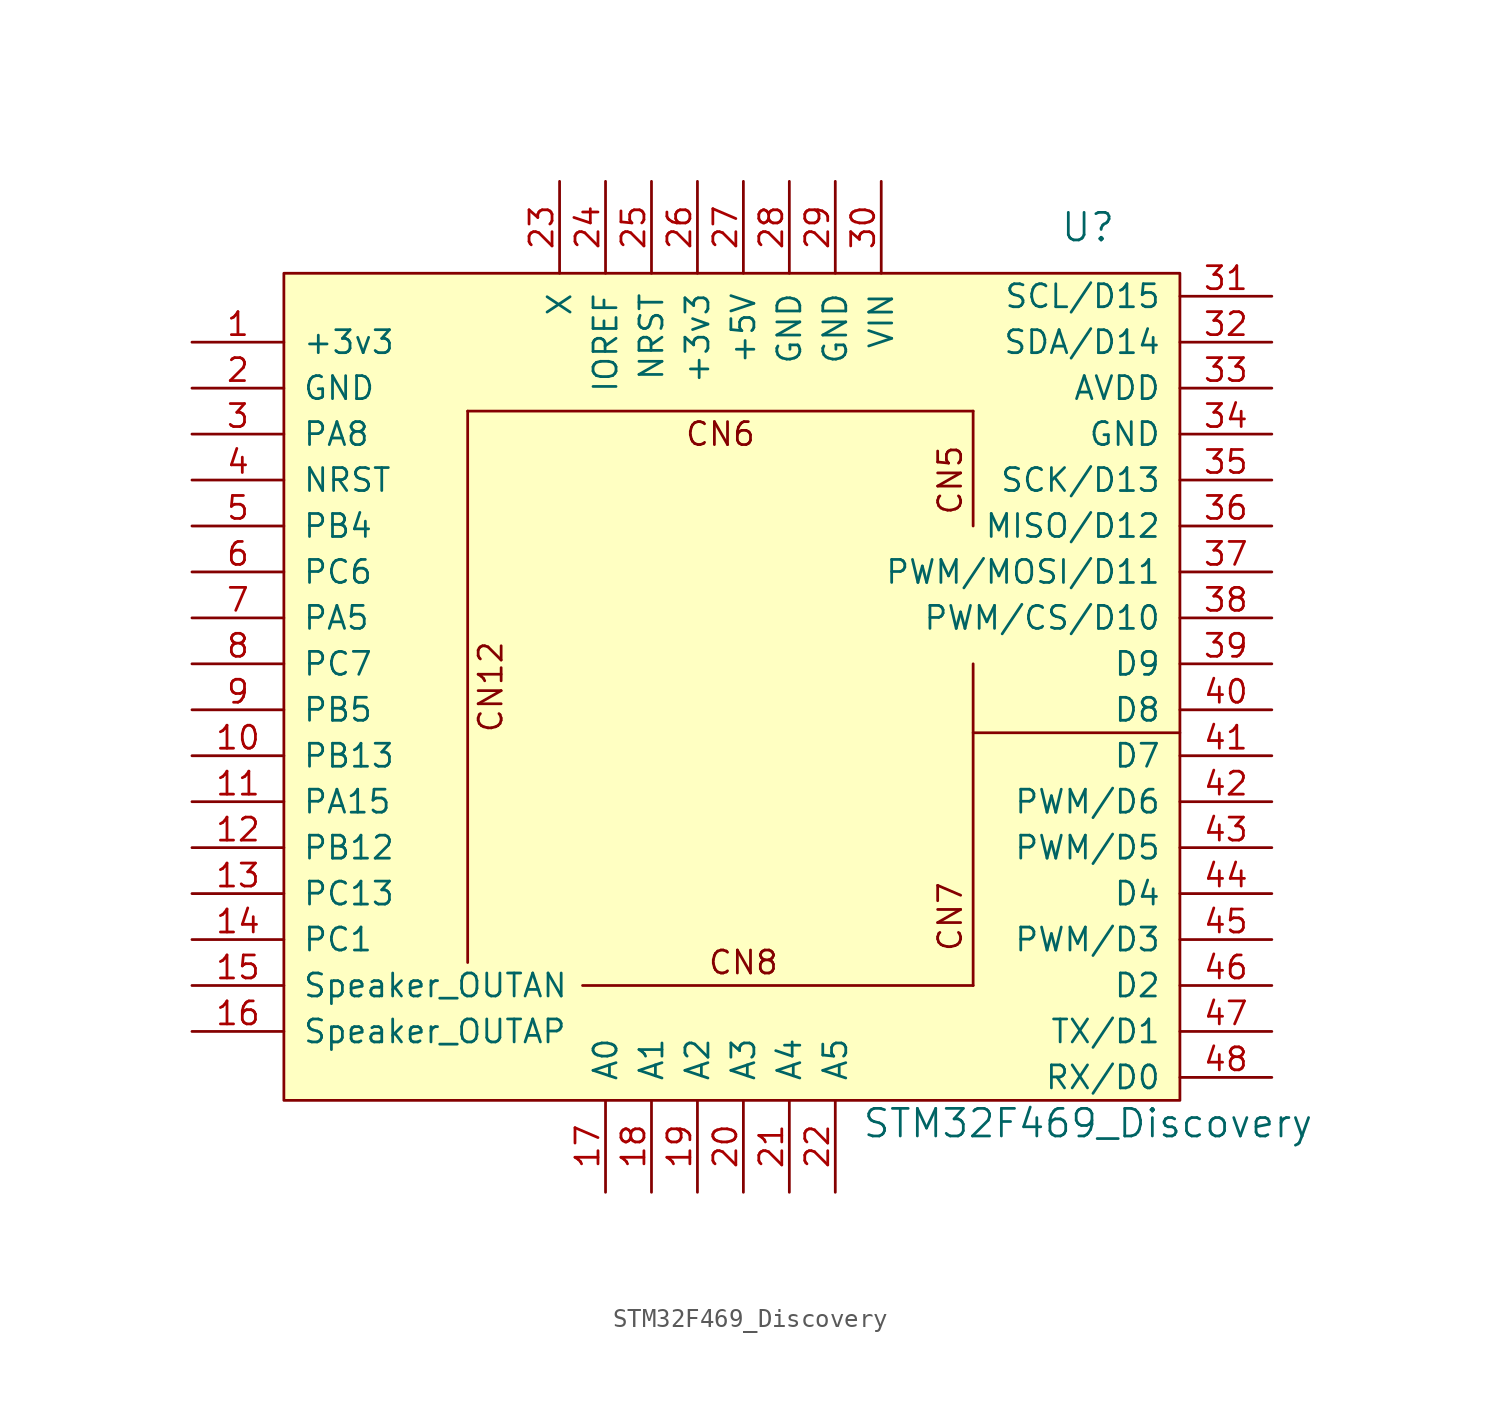
<source format=kicad_sym>
(kicad_symbol_lib
  (version 20211014)
  (generator kicad_symbol_editor)
  (symbol "STM32F469_Discovery"
    (pin_names
      (offset 1.016))
    (property "Reference" "U"
      (at 19.05 15.24 0)
      (effects (font (size 1.524 1.524))))
    (property "Value" "STM32F469_Discovery"
      (at 19.05 -34.29 0)
      (effects (font (size 1.524 1.524))))
    (symbol "STM32F469_Discovery_0_0"
      (polyline (pts (xy -15.24 5.08) (xy 12.7 5.08)) (stroke (width 0) (type default) (color 0 0 0 0)) (fill (type none)))
      (polyline (pts (xy -8.89 -26.67) (xy 12.7 -26.67)) (stroke (width 0) (type default) (color 0 0 0 0)) (fill (type none)))
      (polyline (pts (xy 12.7 -12.7) (xy 12.7 -8.89)) (stroke (width 0) (type default) (color 0 0 0 0)) (fill (type none)))
      (polyline (pts (xy 12.7 -1.27) (xy 12.7 5.08)) (stroke (width 0) (type default) (color 0 0 0 0)) (fill (type none)))
      (polyline (pts (xy 24.13 -12.7) (xy 12.7 -12.7) (xy 12.7 -26.67)) (stroke (width 0) (type default) (color 0 0 0 0)) (fill (type none)))
      (text "CN5" (at 11.43 1.27 900) (effects (font (size 1.27 1.27))))
      (text "CN6" (at -1.27 3.81 0) (effects (font (size 1.27 1.27))))
      (text "CN7" (at 11.43 -22.86 900) (effects (font (size 1.27 1.27))))
      (text "CN8" (at 0 -25.4 0) (effects (font (size 1.27 1.27)))))
    (symbol "STM32F469_Discovery_0_1"
      (rectangle (start -25.4 12.7) (end 24.13 -33.02) (stroke (width 0) (type default) (color 0 0 0 0)) (fill (type background)))
      (polyline (pts (xy -15.24 5.08) (xy -15.24 -25.4)) (stroke (width 0) (type default) (color 0 0 0 0)) (fill (type none))))
    (symbol "STM32F469_Discovery_1_0"
      (text "CN12" (at -13.97 -10.16 900) (effects (font (size 1.27 1.27)))))
    (symbol "STM32F469_Discovery_1_1"
      (pin input line (at -30.48 8.89 0) (length 5.08) (name "+3v3" (effects (font (size 1.27 1.27)))) (number "1" (effects (font (size 1.27 1.27)))))
      (pin input line (at -30.48 -13.97 0) (length 5.08) (name "PB13" (effects (font (size 1.27 1.27)))) (number "10" (effects (font (size 1.27 1.27)))))
      (pin input line (at -30.48 -16.51 0) (length 5.08) (name "PA15" (effects (font (size 1.27 1.27)))) (number "11" (effects (font (size 1.27 1.27)))))
      (pin input line (at -30.48 -19.05 0) (length 5.08) (name "PB12" (effects (font (size 1.27 1.27)))) (number "12" (effects (font (size 1.27 1.27)))))
      (pin input line (at -30.48 -21.59 0) (length 5.08) (name "PC13" (effects (font (size 1.27 1.27)))) (number "13" (effects (font (size 1.27 1.27)))))
      (pin input line (at -30.48 -24.13 0) (length 5.08) (name "PC1" (effects (font (size 1.27 1.27)))) (number "14" (effects (font (size 1.27 1.27)))))
      (pin input line (at -30.48 -26.67 0) (length 5.08) (name "Speaker_OUTAN" (effects (font (size 1.27 1.27)))) (number "15" (effects (font (size 1.27 1.27)))))
      (pin input line (at -30.48 -29.21 0) (length 5.08) (name "Speaker_OUTAP" (effects (font (size 1.27 1.27)))) (number "16" (effects (font (size 1.27 1.27)))))
      (pin input line (at -7.62 -38.1 90) (length 5.08) (name "A0" (effects (font (size 1.27 1.27)))) (number "17" (effects (font (size 1.27 1.27)))))
      (pin input line (at -5.08 -38.1 90) (length 5.08) (name "A1" (effects (font (size 1.27 1.27)))) (number "18" (effects (font (size 1.27 1.27)))))
      (pin input line (at -2.54 -38.1 90) (length 5.08) (name "A2" (effects (font (size 1.27 1.27)))) (number "19" (effects (font (size 1.27 1.27)))))
      (pin input line (at -30.48 6.35 0) (length 5.08) (name "GND" (effects (font (size 1.27 1.27)))) (number "2" (effects (font (size 1.27 1.27)))))
      (pin input line (at 0 -38.1 90) (length 5.08) (name "A3" (effects (font (size 1.27 1.27)))) (number "20" (effects (font (size 1.27 1.27)))))
      (pin input line (at 2.54 -38.1 90) (length 5.08) (name "A4" (effects (font (size 1.27 1.27)))) (number "21" (effects (font (size 1.27 1.27)))))
      (pin input line (at 5.08 -38.1 90) (length 5.08) (name "A5" (effects (font (size 1.27 1.27)))) (number "22" (effects (font (size 1.27 1.27)))))
      (pin input line (at -10.16 17.78 270) (length 5.08) (name "X" (effects (font (size 1.27 1.27)))) (number "23" (effects (font (size 1.27 1.27)))))
      (pin input line (at -7.62 17.78 270) (length 5.08) (name "IOREF" (effects (font (size 1.27 1.27)))) (number "24" (effects (font (size 1.27 1.27)))))
      (pin input line (at -5.08 17.78 270) (length 5.08) (name "NRST" (effects (font (size 1.27 1.27)))) (number "25" (effects (font (size 1.27 1.27)))))
      (pin input line (at -2.54 17.78 270) (length 5.08) (name "+3v3" (effects (font (size 1.27 1.27)))) (number "26" (effects (font (size 1.27 1.27)))))
      (pin input line (at 0 17.78 270) (length 5.08) (name "+5V" (effects (font (size 1.27 1.27)))) (number "27" (effects (font (size 1.27 1.27)))))
      (pin input line (at 2.54 17.78 270) (length 5.08) (name "GND" (effects (font (size 1.27 1.27)))) (number "28" (effects (font (size 1.27 1.27)))))
      (pin input line (at 5.08 17.78 270) (length 5.08) (name "GND" (effects (font (size 1.27 1.27)))) (number "29" (effects (font (size 1.27 1.27)))))
      (pin input line (at -30.48 3.81 0) (length 5.08) (name "PA8" (effects (font (size 1.27 1.27)))) (number "3" (effects (font (size 1.27 1.27)))))
      (pin input line (at 7.62 17.78 270) (length 5.08) (name "VIN" (effects (font (size 1.27 1.27)))) (number "30" (effects (font (size 1.27 1.27)))))
      (pin input line (at 29.21 11.43 180) (length 5.08) (name "SCL/D15" (effects (font (size 1.27 1.27)))) (number "31" (effects (font (size 1.27 1.27)))))
      (pin input line (at 29.21 8.89 180) (length 5.08) (name "SDA/D14" (effects (font (size 1.27 1.27)))) (number "32" (effects (font (size 1.27 1.27)))))
      (pin input line (at 29.21 6.35 180) (length 5.08) (name "AVDD" (effects (font (size 1.27 1.27)))) (number "33" (effects (font (size 1.27 1.27)))))
      (pin input line (at 29.21 3.81 180) (length 5.08) (name "GND" (effects (font (size 1.27 1.27)))) (number "34" (effects (font (size 1.27 1.27)))))
      (pin input line (at 29.21 1.27 180) (length 5.08) (name "SCK/D13" (effects (font (size 1.27 1.27)))) (number "35" (effects (font (size 1.27 1.27)))))
      (pin input line (at 29.21 -1.27 180) (length 5.08) (name "MISO/D12" (effects (font (size 1.27 1.27)))) (number "36" (effects (font (size 1.27 1.27)))))
      (pin input line (at 29.21 -3.81 180) (length 5.08) (name "PWM/MOSI/D11" (effects (font (size 1.27 1.27)))) (number "37" (effects (font (size 1.27 1.27)))))
      (pin input line (at 29.21 -6.35 180) (length 5.08) (name "PWM/CS/D10" (effects (font (size 1.27 1.27)))) (number "38" (effects (font (size 1.27 1.27)))))
      (pin input line (at 29.21 -8.89 180) (length 5.08) (name "D9" (effects (font (size 1.27 1.27)))) (number "39" (effects (font (size 1.27 1.27)))))
      (pin input line (at -30.48 1.27 0) (length 5.08) (name "NRST" (effects (font (size 1.27 1.27)))) (number "4" (effects (font (size 1.27 1.27)))))
      (pin input line (at 29.21 -11.43 180) (length 5.08) (name "D8" (effects (font (size 1.27 1.27)))) (number "40" (effects (font (size 1.27 1.27)))))
      (pin input line (at 29.21 -13.97 180) (length 5.08) (name "D7" (effects (font (size 1.27 1.27)))) (number "41" (effects (font (size 1.27 1.27)))))
      (pin input line (at 29.21 -16.51 180) (length 5.08) (name "PWM/D6" (effects (font (size 1.27 1.27)))) (number "42" (effects (font (size 1.27 1.27)))))
      (pin input line (at 29.21 -19.05 180) (length 5.08) (name "PWM/D5" (effects (font (size 1.27 1.27)))) (number "43" (effects (font (size 1.27 1.27)))))
      (pin input line (at 29.21 -21.59 180) (length 5.08) (name "D4" (effects (font (size 1.27 1.27)))) (number "44" (effects (font (size 1.27 1.27)))))
      (pin input line (at 29.21 -24.13 180) (length 5.08) (name "PWM/D3" (effects (font (size 1.27 1.27)))) (number "45" (effects (font (size 1.27 1.27)))))
      (pin input line (at 29.21 -26.67 180) (length 5.08) (name "D2" (effects (font (size 1.27 1.27)))) (number "46" (effects (font (size 1.27 1.27)))))
      (pin input line (at 29.21 -29.21 180) (length 5.08) (name "TX/D1" (effects (font (size 1.27 1.27)))) (number "47" (effects (font (size 1.27 1.27)))))
      (pin input line (at 29.21 -31.75 180) (length 5.08) (name "RX/D0" (effects (font (size 1.27 1.27)))) (number "48" (effects (font (size 1.27 1.27)))))
      (pin input line (at -30.48 -1.27 0) (length 5.08) (name "PB4" (effects (font (size 1.27 1.27)))) (number "5" (effects (font (size 1.27 1.27)))))
      (pin input line (at -30.48 -3.81 0) (length 5.08) (name "PC6" (effects (font (size 1.27 1.27)))) (number "6" (effects (font (size 1.27 1.27)))))
      (pin input line (at -30.48 -6.35 0) (length 5.08) (name "PA5" (effects (font (size 1.27 1.27)))) (number "7" (effects (font (size 1.27 1.27)))))
      (pin input line (at -30.48 -8.89 0) (length 5.08) (name "PC7" (effects (font (size 1.27 1.27)))) (number "8" (effects (font (size 1.27 1.27)))))
      (pin input line (at -30.48 -11.43 0) (length 5.08) (name "PB5" (effects (font (size 1.27 1.27)))) (number "9" (effects (font (size 1.27 1.27))))))))
</source>
